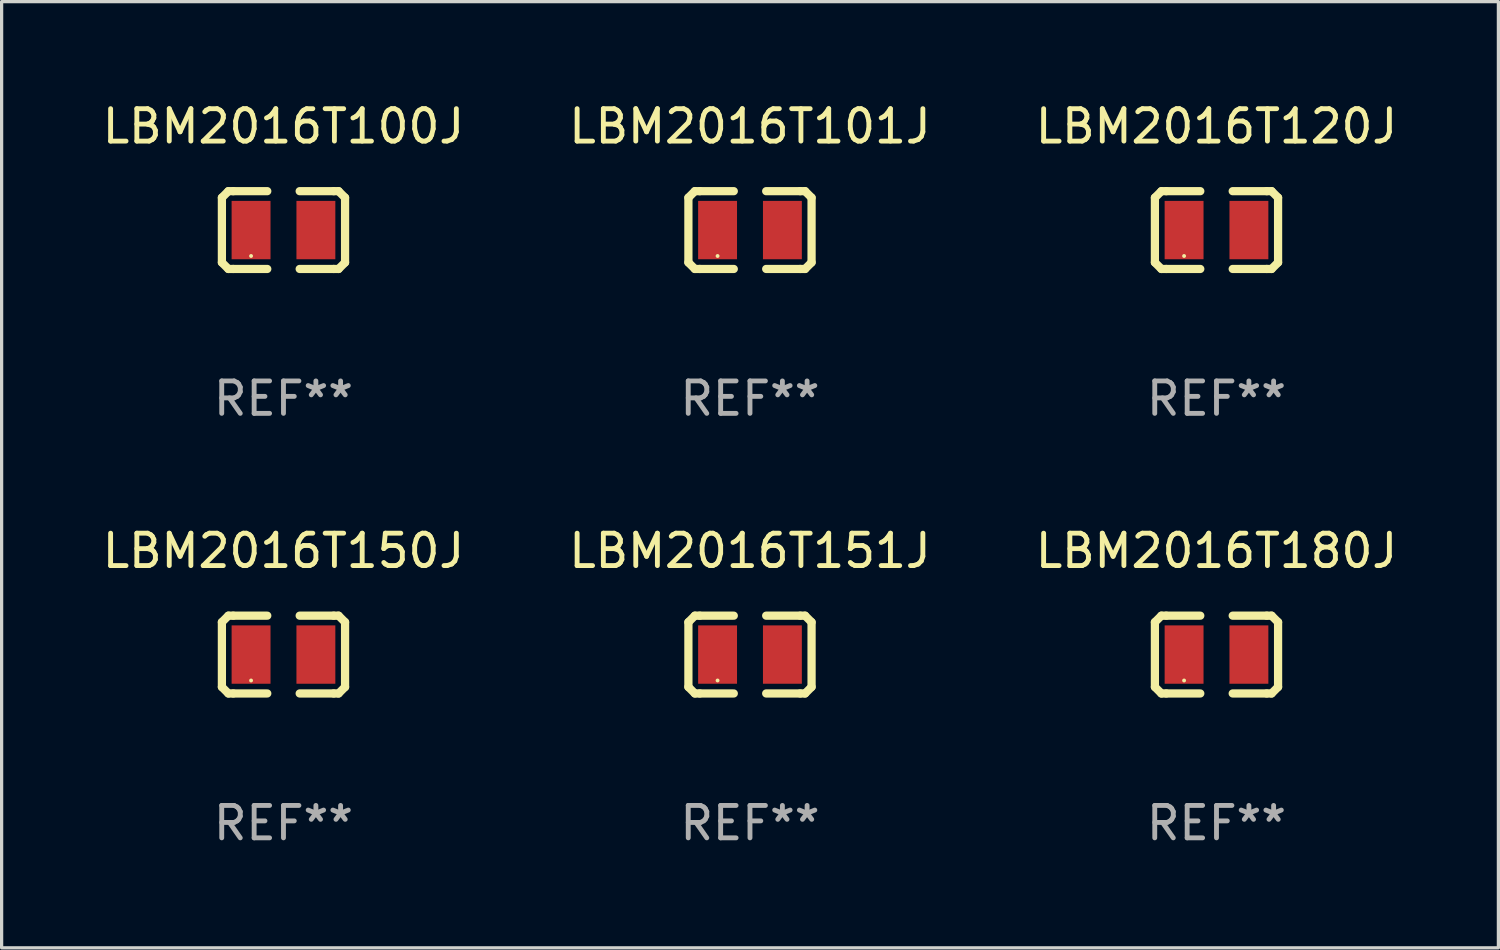
<source format=kicad_pcb>
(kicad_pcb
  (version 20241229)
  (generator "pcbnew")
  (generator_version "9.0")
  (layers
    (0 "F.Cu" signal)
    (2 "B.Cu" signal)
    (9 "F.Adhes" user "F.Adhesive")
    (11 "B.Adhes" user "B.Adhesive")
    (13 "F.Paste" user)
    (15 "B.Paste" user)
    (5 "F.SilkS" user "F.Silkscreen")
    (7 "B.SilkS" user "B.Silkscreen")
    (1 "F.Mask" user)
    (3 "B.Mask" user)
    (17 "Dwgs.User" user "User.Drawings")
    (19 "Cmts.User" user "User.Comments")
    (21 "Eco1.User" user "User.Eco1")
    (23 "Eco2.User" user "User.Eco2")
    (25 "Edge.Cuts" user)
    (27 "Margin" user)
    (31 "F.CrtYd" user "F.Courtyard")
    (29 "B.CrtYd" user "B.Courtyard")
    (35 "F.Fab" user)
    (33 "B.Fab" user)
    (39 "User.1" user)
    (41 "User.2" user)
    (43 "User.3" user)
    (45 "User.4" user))
  (footprint "LBM2016T100J"
    (layer "F.Cu")
    (at 5.696 4.048)
    (property "Reference" "LBM2016T100J" (at 0 -3.2 0) (layer "F.SilkS") (effects (font (size 1 1) (thickness 0.15))))
    (attr through_hole)
    (fp_line (start -1.9 -1) (end -1.9 1) (stroke (width 0.254) (type solid)) (layer "F.SilkS"))
    (fp_line (start -1.7 -1.2) (end -1.9 -1) (stroke (width 0.254) (type solid)) (layer "F.SilkS"))
    (fp_line (start -1.7 1.2) (end -1.9 1) (stroke (width 0.254) (type solid)) (layer "F.SilkS"))
    (fp_line (start -1.55 -1.2) (end -1.7 -1.2) (stroke (width 0.254) (type solid)) (layer "F.SilkS"))
    (fp_line (start -1.55 1.2) (end -1.7 1.2) (stroke (width 0.254) (type solid)) (layer "F.SilkS"))
    (fp_line (start -0.5 -1.2) (end -1.55 -1.2) (stroke (width 0.254) (type solid)) (layer "F.SilkS"))
    (fp_line (start -0.5 1.2) (end -1.55 1.2) (stroke (width 0.254) (type solid)) (layer "F.SilkS"))
    (fp_line (start 0.5 -1.2) (end 1.55 -1.2) (stroke (width 0.254) (type solid)) (layer "F.SilkS"))
    (fp_line (start 0.5 1.2) (end 1.55 1.2) (stroke (width 0.254) (type solid)) (layer "F.SilkS"))
    (fp_line (start 1.55 -1.2) (end 1.7 -1.2) (stroke (width 0.254) (type solid)) (layer "F.SilkS"))
    (fp_line (start 1.55 1.2) (end 1.7 1.2) (stroke (width 0.254) (type solid)) (layer "F.SilkS"))
    (fp_line (start 1.7 -1.2) (end 1.9 -1) (stroke (width 0.254) (type solid)) (layer "F.SilkS"))
    (fp_line (start 1.7 1.2) (end 1.9 1) (stroke (width 0.254) (type solid)) (layer "F.SilkS"))
    (fp_line (start 1.9 -1) (end 1.9 1) (stroke (width 0.254) (type solid)) (layer "F.SilkS"))
    (fp_circle (center -1 0.8) (end -0.97 0.8) (stroke (width 0.06) (type solid)) (fill no) (layer "F.SilkS"))
    (fp_text user "REF**" (at 0 5.2 0) (layer "F.Fab") (effects (font (size 1 1) (thickness 0.15))))
    (pad "1" smd rect (at -1 0) (size 1.2 1.8) (layers "F.Cu" "F.Mask" "F.Paste"))
    (pad "2" smd rect (at 1 0) (size 1.2 1.8) (layers "F.Cu" "F.Mask" "F.Paste")))
  (footprint "LBM2016T150J"
    (layer "F.Cu")
    (at 5.696 17.145)
    (property "Reference" "LBM2016T150J" (at 0 -3.2 0) (layer "F.SilkS") (effects (font (size 1 1) (thickness 0.15))))
    (attr through_hole)
    (fp_line (start -1.9 -1) (end -1.9 1) (stroke (width 0.254) (type solid)) (layer "F.SilkS"))
    (fp_line (start -1.7 -1.2) (end -1.9 -1) (stroke (width 0.254) (type solid)) (layer "F.SilkS"))
    (fp_line (start -1.7 1.2) (end -1.9 1) (stroke (width 0.254) (type solid)) (layer "F.SilkS"))
    (fp_line (start -1.55 -1.2) (end -1.7 -1.2) (stroke (width 0.254) (type solid)) (layer "F.SilkS"))
    (fp_line (start -1.55 1.2) (end -1.7 1.2) (stroke (width 0.254) (type solid)) (layer "F.SilkS"))
    (fp_line (start -0.5 -1.2) (end -1.55 -1.2) (stroke (width 0.254) (type solid)) (layer "F.SilkS"))
    (fp_line (start -0.5 1.2) (end -1.55 1.2) (stroke (width 0.254) (type solid)) (layer "F.SilkS"))
    (fp_line (start 0.5 -1.2) (end 1.55 -1.2) (stroke (width 0.254) (type solid)) (layer "F.SilkS"))
    (fp_line (start 0.5 1.2) (end 1.55 1.2) (stroke (width 0.254) (type solid)) (layer "F.SilkS"))
    (fp_line (start 1.55 -1.2) (end 1.7 -1.2) (stroke (width 0.254) (type solid)) (layer "F.SilkS"))
    (fp_line (start 1.55 1.2) (end 1.7 1.2) (stroke (width 0.254) (type solid)) (layer "F.SilkS"))
    (fp_line (start 1.7 -1.2) (end 1.9 -1) (stroke (width 0.254) (type solid)) (layer "F.SilkS"))
    (fp_line (start 1.7 1.2) (end 1.9 1) (stroke (width 0.254) (type solid)) (layer "F.SilkS"))
    (fp_line (start 1.9 -1) (end 1.9 1) (stroke (width 0.254) (type solid)) (layer "F.SilkS"))
    (fp_circle (center -1 0.8) (end -0.97 0.8) (stroke (width 0.06) (type solid)) (fill no) (layer "F.SilkS"))
    (fp_text user "REF**" (at 0 5.2 0) (layer "F.Fab") (effects (font (size 1 1) (thickness 0.15))))
    (pad "1" smd rect (at -1 0) (size 1.2 1.8) (layers "F.Cu" "F.Mask" "F.Paste"))
    (pad "2" smd rect (at 1 0) (size 1.2 1.8) (layers "F.Cu" "F.Mask" "F.Paste")))
  (footprint "LBM2016T151J"
    (layer "F.Cu")
    (at 20.089 17.145)
    (property "Reference" "LBM2016T151J" (at 0 -3.2 0) (layer "F.SilkS") (effects (font (size 1 1) (thickness 0.15))))
    (attr through_hole)
    (fp_line (start -1.9 -1) (end -1.9 1) (stroke (width 0.254) (type solid)) (layer "F.SilkS"))
    (fp_line (start -1.7 -1.2) (end -1.9 -1) (stroke (width 0.254) (type solid)) (layer "F.SilkS"))
    (fp_line (start -1.7 1.2) (end -1.9 1) (stroke (width 0.254) (type solid)) (layer "F.SilkS"))
    (fp_line (start -1.55 -1.2) (end -1.7 -1.2) (stroke (width 0.254) (type solid)) (layer "F.SilkS"))
    (fp_line (start -1.55 1.2) (end -1.7 1.2) (stroke (width 0.254) (type solid)) (layer "F.SilkS"))
    (fp_line (start -0.5 -1.2) (end -1.55 -1.2) (stroke (width 0.254) (type solid)) (layer "F.SilkS"))
    (fp_line (start -0.5 1.2) (end -1.55 1.2) (stroke (width 0.254) (type solid)) (layer "F.SilkS"))
    (fp_line (start 0.5 -1.2) (end 1.55 -1.2) (stroke (width 0.254) (type solid)) (layer "F.SilkS"))
    (fp_line (start 0.5 1.2) (end 1.55 1.2) (stroke (width 0.254) (type solid)) (layer "F.SilkS"))
    (fp_line (start 1.55 -1.2) (end 1.7 -1.2) (stroke (width 0.254) (type solid)) (layer "F.SilkS"))
    (fp_line (start 1.55 1.2) (end 1.7 1.2) (stroke (width 0.254) (type solid)) (layer "F.SilkS"))
    (fp_line (start 1.7 -1.2) (end 1.9 -1) (stroke (width 0.254) (type solid)) (layer "F.SilkS"))
    (fp_line (start 1.7 1.2) (end 1.9 1) (stroke (width 0.254) (type solid)) (layer "F.SilkS"))
    (fp_line (start 1.9 -1) (end 1.9 1) (stroke (width 0.254) (type solid)) (layer "F.SilkS"))
    (fp_circle (center -1 0.8) (end -0.97 0.8) (stroke (width 0.06) (type solid)) (fill no) (layer "F.SilkS"))
    (fp_text user "REF**" (at 0 5.2 0) (layer "F.Fab") (effects (font (size 1 1) (thickness 0.15))))
    (pad "1" smd rect (at -1 0) (size 1.2 1.8) (layers "F.Cu" "F.Mask" "F.Paste"))
    (pad "2" smd rect (at 1 0) (size 1.2 1.8) (layers "F.Cu" "F.Mask" "F.Paste")))
  (footprint "LBM2016T101J"
    (layer "F.Cu")
    (at 20.089 4.048)
    (property "Reference" "LBM2016T101J" (at 0 -3.2 0) (layer "F.SilkS") (effects (font (size 1 1) (thickness 0.15))))
    (attr through_hole)
    (fp_line (start -1.9 -1) (end -1.9 1) (stroke (width 0.254) (type solid)) (layer "F.SilkS"))
    (fp_line (start -1.7 -1.2) (end -1.9 -1) (stroke (width 0.254) (type solid)) (layer "F.SilkS"))
    (fp_line (start -1.7 1.2) (end -1.9 1) (stroke (width 0.254) (type solid)) (layer "F.SilkS"))
    (fp_line (start -1.55 -1.2) (end -1.7 -1.2) (stroke (width 0.254) (type solid)) (layer "F.SilkS"))
    (fp_line (start -1.55 1.2) (end -1.7 1.2) (stroke (width 0.254) (type solid)) (layer "F.SilkS"))
    (fp_line (start -0.5 -1.2) (end -1.55 -1.2) (stroke (width 0.254) (type solid)) (layer "F.SilkS"))
    (fp_line (start -0.5 1.2) (end -1.55 1.2) (stroke (width 0.254) (type solid)) (layer "F.SilkS"))
    (fp_line (start 0.5 -1.2) (end 1.55 -1.2) (stroke (width 0.254) (type solid)) (layer "F.SilkS"))
    (fp_line (start 0.5 1.2) (end 1.55 1.2) (stroke (width 0.254) (type solid)) (layer "F.SilkS"))
    (fp_line (start 1.55 -1.2) (end 1.7 -1.2) (stroke (width 0.254) (type solid)) (layer "F.SilkS"))
    (fp_line (start 1.55 1.2) (end 1.7 1.2) (stroke (width 0.254) (type solid)) (layer "F.SilkS"))
    (fp_line (start 1.7 -1.2) (end 1.9 -1) (stroke (width 0.254) (type solid)) (layer "F.SilkS"))
    (fp_line (start 1.7 1.2) (end 1.9 1) (stroke (width 0.254) (type solid)) (layer "F.SilkS"))
    (fp_line (start 1.9 -1) (end 1.9 1) (stroke (width 0.254) (type solid)) (layer "F.SilkS"))
    (fp_circle (center -1 0.8) (end -0.97 0.8) (stroke (width 0.06) (type solid)) (fill no) (layer "F.SilkS"))
    (fp_text user "REF**" (at 0 5.2 0) (layer "F.Fab") (effects (font (size 1 1) (thickness 0.15))))
    (pad "1" smd rect (at -1 0) (size 1.2 1.8) (layers "F.Cu" "F.Mask" "F.Paste"))
    (pad "2" smd rect (at 1 0) (size 1.2 1.8) (layers "F.Cu" "F.Mask" "F.Paste")))
  (footprint "LBM2016T120J"
    (layer "F.Cu")
    (at 34.482 4.048)
    (property "Reference" "LBM2016T120J" (at 0 -3.2 0) (layer "F.SilkS") (effects (font (size 1 1) (thickness 0.15))))
    (attr through_hole)
    (fp_line (start -1.9 -1) (end -1.9 1) (stroke (width 0.254) (type solid)) (layer "F.SilkS"))
    (fp_line (start -1.7 -1.2) (end -1.9 -1) (stroke (width 0.254) (type solid)) (layer "F.SilkS"))
    (fp_line (start -1.7 1.2) (end -1.9 1) (stroke (width 0.254) (type solid)) (layer "F.SilkS"))
    (fp_line (start -1.55 -1.2) (end -1.7 -1.2) (stroke (width 0.254) (type solid)) (layer "F.SilkS"))
    (fp_line (start -1.55 1.2) (end -1.7 1.2) (stroke (width 0.254) (type solid)) (layer "F.SilkS"))
    (fp_line (start -0.5 -1.2) (end -1.55 -1.2) (stroke (width 0.254) (type solid)) (layer "F.SilkS"))
    (fp_line (start -0.5 1.2) (end -1.55 1.2) (stroke (width 0.254) (type solid)) (layer "F.SilkS"))
    (fp_line (start 0.5 -1.2) (end 1.55 -1.2) (stroke (width 0.254) (type solid)) (layer "F.SilkS"))
    (fp_line (start 0.5 1.2) (end 1.55 1.2) (stroke (width 0.254) (type solid)) (layer "F.SilkS"))
    (fp_line (start 1.55 -1.2) (end 1.7 -1.2) (stroke (width 0.254) (type solid)) (layer "F.SilkS"))
    (fp_line (start 1.55 1.2) (end 1.7 1.2) (stroke (width 0.254) (type solid)) (layer "F.SilkS"))
    (fp_line (start 1.7 -1.2) (end 1.9 -1) (stroke (width 0.254) (type solid)) (layer "F.SilkS"))
    (fp_line (start 1.7 1.2) (end 1.9 1) (stroke (width 0.254) (type solid)) (layer "F.SilkS"))
    (fp_line (start 1.9 -1) (end 1.9 1) (stroke (width 0.254) (type solid)) (layer "F.SilkS"))
    (fp_circle (center -1 0.8) (end -0.97 0.8) (stroke (width 0.06) (type solid)) (fill no) (layer "F.SilkS"))
    (fp_text user "REF**" (at 0 5.2 0) (layer "F.Fab") (effects (font (size 1 1) (thickness 0.15))))
    (pad "1" smd rect (at -1 0) (size 1.2 1.8) (layers "F.Cu" "F.Mask" "F.Paste"))
    (pad "2" smd rect (at 1 0) (size 1.2 1.8) (layers "F.Cu" "F.Mask" "F.Paste")))
  (footprint "LBM2016T180J"
    (layer "F.Cu")
    (at 34.482 17.145)
    (property "Reference" "LBM2016T180J" (at 0 -3.2 0) (layer "F.SilkS") (effects (font (size 1 1) (thickness 0.15))))
    (attr through_hole)
    (fp_line (start -1.9 -1) (end -1.9 1) (stroke (width 0.254) (type solid)) (layer "F.SilkS"))
    (fp_line (start -1.7 -1.2) (end -1.9 -1) (stroke (width 0.254) (type solid)) (layer "F.SilkS"))
    (fp_line (start -1.7 1.2) (end -1.9 1) (stroke (width 0.254) (type solid)) (layer "F.SilkS"))
    (fp_line (start -1.55 -1.2) (end -1.7 -1.2) (stroke (width 0.254) (type solid)) (layer "F.SilkS"))
    (fp_line (start -1.55 1.2) (end -1.7 1.2) (stroke (width 0.254) (type solid)) (layer "F.SilkS"))
    (fp_line (start -0.5 -1.2) (end -1.55 -1.2) (stroke (width 0.254) (type solid)) (layer "F.SilkS"))
    (fp_line (start -0.5 1.2) (end -1.55 1.2) (stroke (width 0.254) (type solid)) (layer "F.SilkS"))
    (fp_line (start 0.5 -1.2) (end 1.55 -1.2) (stroke (width 0.254) (type solid)) (layer "F.SilkS"))
    (fp_line (start 0.5 1.2) (end 1.55 1.2) (stroke (width 0.254) (type solid)) (layer "F.SilkS"))
    (fp_line (start 1.55 -1.2) (end 1.7 -1.2) (stroke (width 0.254) (type solid)) (layer "F.SilkS"))
    (fp_line (start 1.55 1.2) (end 1.7 1.2) (stroke (width 0.254) (type solid)) (layer "F.SilkS"))
    (fp_line (start 1.7 -1.2) (end 1.9 -1) (stroke (width 0.254) (type solid)) (layer "F.SilkS"))
    (fp_line (start 1.7 1.2) (end 1.9 1) (stroke (width 0.254) (type solid)) (layer "F.SilkS"))
    (fp_line (start 1.9 -1) (end 1.9 1) (stroke (width 0.254) (type solid)) (layer "F.SilkS"))
    (fp_circle (center -1 0.8) (end -0.97 0.8) (stroke (width 0.06) (type solid)) (fill no) (layer "F.SilkS"))
    (fp_text user "REF**" (at 0 5.2 0) (layer "F.Fab") (effects (font (size 1 1) (thickness 0.15))))
    (pad "1" smd rect (at -1 0) (size 1.2 1.8) (layers "F.Cu" "F.Mask" "F.Paste"))
    (pad "2" smd rect (at 1 0) (size 1.2 1.8) (layers "F.Cu" "F.Mask" "F.Paste")))
  (gr_rect
    (start -3 -3)
    (end 43.179 26.193)
    (stroke (width 0.1) (type default))
    (fill no)
    (layer "Edge.Cuts")))
</source>
